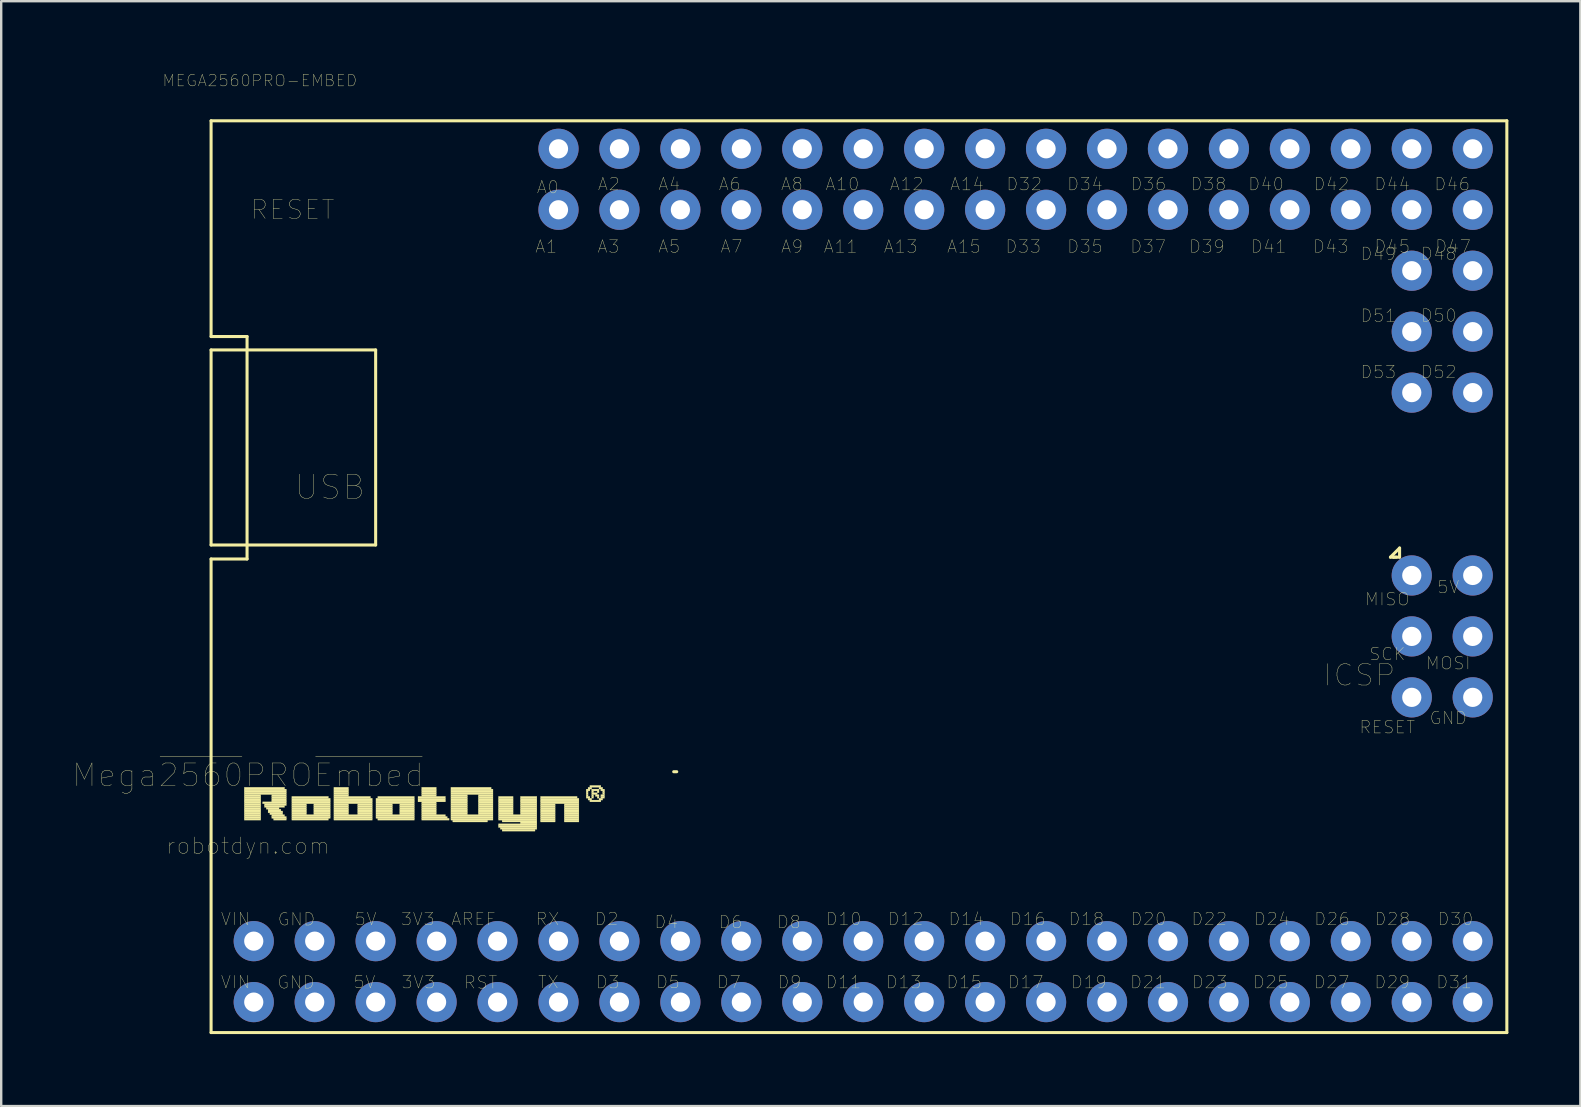
<source format=kicad_pcb>
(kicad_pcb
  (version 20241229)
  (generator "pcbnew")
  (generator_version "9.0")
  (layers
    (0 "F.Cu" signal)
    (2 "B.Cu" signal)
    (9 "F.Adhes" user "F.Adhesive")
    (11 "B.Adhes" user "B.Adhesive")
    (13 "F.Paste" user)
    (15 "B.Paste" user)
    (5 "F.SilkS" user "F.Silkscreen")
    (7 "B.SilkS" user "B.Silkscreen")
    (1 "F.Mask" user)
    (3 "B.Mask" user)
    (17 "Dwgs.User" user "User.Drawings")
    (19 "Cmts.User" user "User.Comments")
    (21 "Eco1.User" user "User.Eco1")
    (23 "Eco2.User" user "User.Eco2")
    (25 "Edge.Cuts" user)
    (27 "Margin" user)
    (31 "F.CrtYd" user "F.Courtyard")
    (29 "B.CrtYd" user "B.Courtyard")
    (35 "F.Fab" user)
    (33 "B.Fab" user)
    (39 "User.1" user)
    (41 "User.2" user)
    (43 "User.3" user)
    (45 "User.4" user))
  (footprint "MEGA2560PRO-EMBED"
    (layer "F.Cu")
    (at 40.545 19.662)
    (property "Reference" "MEGA2560PRO-EMBED" (at -32.766 -19.355 0) (layer "F.SilkS") (effects (font (size 0.48 0.48) (thickness 0.015))))
    (attr through_hole)
    (fp_line (start -34.798 -17.678) (end 19.202 -17.678) (stroke (width 0.127) (type solid)) (layer "F.SilkS"))
    (fp_line (start -34.798 -8.687) (end -34.798 -17.678) (stroke (width 0.127) (type solid)) (layer "F.SilkS"))
    (fp_line (start -34.798 -8.687) (end -33.299 -8.687) (stroke (width 0.127) (type solid)) (layer "F.SilkS"))
    (fp_line (start -34.798 -8.128) (end -34.798 0) (stroke (width 0.127) (type solid)) (layer "F.SilkS"))
    (fp_line (start -34.798 0) (end -27.94 0) (stroke (width 0.127) (type solid)) (layer "F.SilkS"))
    (fp_line (start -34.798 0.584) (end -33.299 0.584) (stroke (width 0.127) (type solid)) (layer "F.SilkS"))
    (fp_line (start -34.798 20.32) (end -34.798 0.584) (stroke (width 0.127) (type solid)) (layer "F.SilkS"))
    (fp_line (start -34.798 20.32) (end 19.202 20.32) (stroke (width 0.127) (type solid)) (layer "F.SilkS"))
    (fp_line (start -33.299 0.584) (end -33.299 -8.687) (stroke (width 0.127) (type solid)) (layer "F.SilkS"))
    (fp_line (start -27.94 -8.128) (end -34.798 -8.128) (stroke (width 0.127) (type solid)) (layer "F.SilkS"))
    (fp_line (start -27.94 0) (end -27.94 -8.128) (stroke (width 0.127) (type solid)) (layer "F.SilkS"))
    (fp_line (start -15.519 9.449) (end -15.392 9.449) (stroke (width 0.127) (type solid)) (layer "F.SilkS"))
    (fp_line (start 14.351 0.508) (end 14.732 0.127) (stroke (width 0.127) (type solid)) (layer "F.SilkS"))
    (fp_line (start 14.478 0.508) (end 14.351 0.508) (stroke (width 0.127) (type solid)) (layer "F.SilkS"))
    (fp_line (start 14.605 0.508) (end 14.478 0.508) (stroke (width 0.127) (type solid)) (layer "F.SilkS"))
    (fp_line (start 14.732 0.127) (end 14.732 0.508) (stroke (width 0.127) (type solid)) (layer "F.SilkS"))
    (fp_line (start 14.732 0.508) (end 14.478 0.508) (stroke (width 0.127) (type solid)) (layer "F.SilkS"))
    (fp_line (start 19.202 20.32) (end 19.202 -17.678) (stroke (width 0.127) (type solid)) (layer "F.SilkS"))
    (fp_poly (pts (xy -33.414 10.097) (xy -31.737 10.097) (xy -31.737 10.173) (xy -33.414 10.173)) (stroke (width 0.01) (type solid)) (fill yes) (layer "F.SilkS"))
    (fp_poly (pts (xy -33.414 10.173) (xy -31.661 10.173) (xy -31.661 10.249) (xy -33.414 10.249)) (stroke (width 0.01) (type solid)) (fill yes) (layer "F.SilkS"))
    (fp_poly (pts (xy -33.414 10.249) (xy -31.661 10.249) (xy -31.661 10.325) (xy -33.414 10.325)) (stroke (width 0.01) (type solid)) (fill yes) (layer "F.SilkS"))
    (fp_poly (pts (xy -33.414 10.325) (xy -31.661 10.325) (xy -31.661 10.401) (xy -33.414 10.401)) (stroke (width 0.01) (type solid)) (fill yes) (layer "F.SilkS"))
    (fp_poly (pts (xy -33.414 10.401) (xy -32.728 10.401) (xy -32.728 10.477) (xy -33.414 10.477)) (stroke (width 0.01) (type solid)) (fill yes) (layer "F.SilkS"))
    (fp_poly (pts (xy -33.414 10.477) (xy -32.728 10.477) (xy -32.728 10.554) (xy -33.414 10.554)) (stroke (width 0.01) (type solid)) (fill yes) (layer "F.SilkS"))
    (fp_poly (pts (xy -33.414 10.554) (xy -32.728 10.554) (xy -32.728 10.63) (xy -33.414 10.63)) (stroke (width 0.01) (type solid)) (fill yes) (layer "F.SilkS"))
    (fp_poly (pts (xy -33.414 10.63) (xy -32.728 10.63) (xy -32.728 10.706) (xy -33.414 10.706)) (stroke (width 0.01) (type solid)) (fill yes) (layer "F.SilkS"))
    (fp_poly (pts (xy -33.414 10.706) (xy -32.728 10.706) (xy -32.728 10.782) (xy -33.414 10.782)) (stroke (width 0.01) (type solid)) (fill yes) (layer "F.SilkS"))
    (fp_poly (pts (xy -33.414 10.782) (xy -32.728 10.782) (xy -32.728 10.858) (xy -33.414 10.858)) (stroke (width 0.01) (type solid)) (fill yes) (layer "F.SilkS"))
    (fp_poly (pts (xy -33.414 10.858) (xy -32.728 10.858) (xy -32.728 10.935) (xy -33.414 10.935)) (stroke (width 0.01) (type solid)) (fill yes) (layer "F.SilkS"))
    (fp_poly (pts (xy -33.414 10.935) (xy -32.728 10.935) (xy -32.728 11.011) (xy -33.414 11.011)) (stroke (width 0.01) (type solid)) (fill yes) (layer "F.SilkS"))
    (fp_poly (pts (xy -33.414 11.011) (xy -32.728 11.011) (xy -32.728 11.087) (xy -33.414 11.087)) (stroke (width 0.01) (type solid)) (fill yes) (layer "F.SilkS"))
    (fp_poly (pts (xy -33.414 11.087) (xy -32.728 11.087) (xy -32.728 11.163) (xy -33.414 11.163)) (stroke (width 0.01) (type solid)) (fill yes) (layer "F.SilkS"))
    (fp_poly (pts (xy -33.414 11.163) (xy -32.728 11.163) (xy -32.728 11.239) (xy -33.414 11.239)) (stroke (width 0.01) (type solid)) (fill yes) (layer "F.SilkS"))
    (fp_poly (pts (xy -33.414 11.239) (xy -32.728 11.239) (xy -32.728 11.316) (xy -33.414 11.316)) (stroke (width 0.01) (type solid)) (fill yes) (layer "F.SilkS"))
    (fp_poly (pts (xy -33.414 11.316) (xy -32.728 11.316) (xy -32.728 11.392) (xy -33.414 11.392)) (stroke (width 0.01) (type solid)) (fill yes) (layer "F.SilkS"))
    (fp_poly (pts (xy -33.414 11.392) (xy -32.728 11.392) (xy -32.728 11.468) (xy -33.414 11.468)) (stroke (width 0.01) (type solid)) (fill yes) (layer "F.SilkS"))
    (fp_poly (pts (xy -32.652 10.706) (xy -31.661 10.706) (xy -31.661 10.782) (xy -32.652 10.782)) (stroke (width 0.01) (type solid)) (fill yes) (layer "F.SilkS"))
    (fp_poly (pts (xy -32.575 10.782) (xy -31.661 10.782) (xy -31.661 10.858) (xy -32.575 10.858)) (stroke (width 0.01) (type solid)) (fill yes) (layer "F.SilkS"))
    (fp_poly (pts (xy -32.575 10.858) (xy -31.737 10.858) (xy -31.737 10.935) (xy -32.575 10.935)) (stroke (width 0.01) (type solid)) (fill yes) (layer "F.SilkS"))
    (fp_poly (pts (xy -32.499 10.935) (xy -31.966 10.935) (xy -31.966 11.011) (xy -32.499 11.011)) (stroke (width 0.01) (type solid)) (fill yes) (layer "F.SilkS"))
    (fp_poly (pts (xy -32.423 11.011) (xy -31.89 11.011) (xy -31.89 11.087) (xy -32.423 11.087)) (stroke (width 0.01) (type solid)) (fill yes) (layer "F.SilkS"))
    (fp_poly (pts (xy -32.423 11.087) (xy -31.814 11.087) (xy -31.814 11.163) (xy -32.423 11.163)) (stroke (width 0.01) (type solid)) (fill yes) (layer "F.SilkS"))
    (fp_poly (pts (xy -32.347 11.163) (xy -31.814 11.163) (xy -31.814 11.239) (xy -32.347 11.239)) (stroke (width 0.01) (type solid)) (fill yes) (layer "F.SilkS"))
    (fp_poly (pts (xy -32.271 10.401) (xy -31.661 10.401) (xy -31.661 10.477) (xy -32.271 10.477)) (stroke (width 0.01) (type solid)) (fill yes) (layer "F.SilkS"))
    (fp_poly (pts (xy -32.271 10.477) (xy -31.661 10.477) (xy -31.661 10.554) (xy -32.271 10.554)) (stroke (width 0.01) (type solid)) (fill yes) (layer "F.SilkS"))
    (fp_poly (pts (xy -32.271 10.554) (xy -31.661 10.554) (xy -31.661 10.63) (xy -32.271 10.63)) (stroke (width 0.01) (type solid)) (fill yes) (layer "F.SilkS"))
    (fp_poly (pts (xy -32.271 10.63) (xy -31.661 10.63) (xy -31.661 10.706) (xy -32.271 10.706)) (stroke (width 0.01) (type solid)) (fill yes) (layer "F.SilkS"))
    (fp_poly (pts (xy -32.271 11.239) (xy -31.737 11.239) (xy -31.737 11.316) (xy -32.271 11.316)) (stroke (width 0.01) (type solid)) (fill yes) (layer "F.SilkS"))
    (fp_poly (pts (xy -32.271 11.316) (xy -31.661 11.316) (xy -31.661 11.392) (xy -32.271 11.392)) (stroke (width 0.01) (type solid)) (fill yes) (layer "F.SilkS"))
    (fp_poly (pts (xy -32.194 11.392) (xy -31.661 11.392) (xy -31.661 11.468) (xy -32.194 11.468)) (stroke (width 0.01) (type solid)) (fill yes) (layer "F.SilkS"))
    (fp_poly (pts (xy -31.433 10.477) (xy -29.909 10.477) (xy -29.909 10.554) (xy -31.433 10.554)) (stroke (width 0.01) (type solid)) (fill yes) (layer "F.SilkS"))
    (fp_poly (pts (xy -31.433 10.554) (xy -29.832 10.554) (xy -29.832 10.63) (xy -31.433 10.63)) (stroke (width 0.01) (type solid)) (fill yes) (layer "F.SilkS"))
    (fp_poly (pts (xy -31.433 10.63) (xy -29.832 10.63) (xy -29.832 10.706) (xy -31.433 10.706)) (stroke (width 0.01) (type solid)) (fill yes) (layer "F.SilkS"))
    (fp_poly (pts (xy -31.433 10.706) (xy -29.832 10.706) (xy -29.832 10.782) (xy -31.433 10.782)) (stroke (width 0.01) (type solid)) (fill yes) (layer "F.SilkS"))
    (fp_poly (pts (xy -31.433 10.782) (xy -30.823 10.782) (xy -30.823 10.858) (xy -31.433 10.858)) (stroke (width 0.01) (type solid)) (fill yes) (layer "F.SilkS"))
    (fp_poly (pts (xy -31.433 10.858) (xy -30.823 10.858) (xy -30.823 10.935) (xy -31.433 10.935)) (stroke (width 0.01) (type solid)) (fill yes) (layer "F.SilkS"))
    (fp_poly (pts (xy -31.433 10.935) (xy -30.823 10.935) (xy -30.823 11.011) (xy -31.433 11.011)) (stroke (width 0.01) (type solid)) (fill yes) (layer "F.SilkS"))
    (fp_poly (pts (xy -31.433 11.011) (xy -30.823 11.011) (xy -30.823 11.087) (xy -31.433 11.087)) (stroke (width 0.01) (type solid)) (fill yes) (layer "F.SilkS"))
    (fp_poly (pts (xy -31.433 11.087) (xy -30.823 11.087) (xy -30.823 11.163) (xy -31.433 11.163)) (stroke (width 0.01) (type solid)) (fill yes) (layer "F.SilkS"))
    (fp_poly (pts (xy -31.433 11.163) (xy -30.823 11.163) (xy -30.823 11.239) (xy -31.433 11.239)) (stroke (width 0.01) (type solid)) (fill yes) (layer "F.SilkS"))
    (fp_poly (pts (xy -31.433 11.239) (xy -29.832 11.239) (xy -29.832 11.316) (xy -31.433 11.316)) (stroke (width 0.01) (type solid)) (fill yes) (layer "F.SilkS"))
    (fp_poly (pts (xy -31.433 11.316) (xy -29.832 11.316) (xy -29.832 11.392) (xy -31.433 11.392)) (stroke (width 0.01) (type solid)) (fill yes) (layer "F.SilkS"))
    (fp_poly (pts (xy -31.433 11.392) (xy -29.909 11.392) (xy -29.909 11.468) (xy -31.433 11.468)) (stroke (width 0.01) (type solid)) (fill yes) (layer "F.SilkS"))
    (fp_poly (pts (xy -30.518 10.782) (xy -29.832 10.782) (xy -29.832 10.858) (xy -30.518 10.858)) (stroke (width 0.01) (type solid)) (fill yes) (layer "F.SilkS"))
    (fp_poly (pts (xy -30.518 10.858) (xy -29.832 10.858) (xy -29.832 10.935) (xy -30.518 10.935)) (stroke (width 0.01) (type solid)) (fill yes) (layer "F.SilkS"))
    (fp_poly (pts (xy -30.518 10.935) (xy -29.832 10.935) (xy -29.832 11.011) (xy -30.518 11.011)) (stroke (width 0.01) (type solid)) (fill yes) (layer "F.SilkS"))
    (fp_poly (pts (xy -30.518 11.011) (xy -29.832 11.011) (xy -29.832 11.087) (xy -30.518 11.087)) (stroke (width 0.01) (type solid)) (fill yes) (layer "F.SilkS"))
    (fp_poly (pts (xy -30.518 11.087) (xy -29.832 11.087) (xy -29.832 11.163) (xy -30.518 11.163)) (stroke (width 0.01) (type solid)) (fill yes) (layer "F.SilkS"))
    (fp_poly (pts (xy -30.518 11.163) (xy -29.832 11.163) (xy -29.832 11.239) (xy -30.518 11.239)) (stroke (width 0.01) (type solid)) (fill yes) (layer "F.SilkS"))
    (fp_poly (pts (xy -29.68 10.097) (xy -29.07 10.097) (xy -29.07 10.173) (xy -29.68 10.173)) (stroke (width 0.01) (type solid)) (fill yes) (layer "F.SilkS"))
    (fp_poly (pts (xy -29.68 10.173) (xy -29.07 10.173) (xy -29.07 10.249) (xy -29.68 10.249)) (stroke (width 0.01) (type solid)) (fill yes) (layer "F.SilkS"))
    (fp_poly (pts (xy -29.68 10.249) (xy -29.07 10.249) (xy -29.07 10.325) (xy -29.68 10.325)) (stroke (width 0.01) (type solid)) (fill yes) (layer "F.SilkS"))
    (fp_poly (pts (xy -29.68 10.325) (xy -29.07 10.325) (xy -29.07 10.401) (xy -29.68 10.401)) (stroke (width 0.01) (type solid)) (fill yes) (layer "F.SilkS"))
    (fp_poly (pts (xy -29.68 10.401) (xy -29.07 10.401) (xy -29.07 10.477) (xy -29.68 10.477)) (stroke (width 0.01) (type solid)) (fill yes) (layer "F.SilkS"))
    (fp_poly (pts (xy -29.68 10.477) (xy -28.156 10.477) (xy -28.156 10.554) (xy -29.68 10.554)) (stroke (width 0.01) (type solid)) (fill yes) (layer "F.SilkS"))
    (fp_poly (pts (xy -29.68 10.554) (xy -28.08 10.554) (xy -28.08 10.63) (xy -29.68 10.63)) (stroke (width 0.01) (type solid)) (fill yes) (layer "F.SilkS"))
    (fp_poly (pts (xy -29.68 10.63) (xy -28.08 10.63) (xy -28.08 10.706) (xy -29.68 10.706)) (stroke (width 0.01) (type solid)) (fill yes) (layer "F.SilkS"))
    (fp_poly (pts (xy -29.68 10.706) (xy -28.08 10.706) (xy -28.08 10.782) (xy -29.68 10.782)) (stroke (width 0.01) (type solid)) (fill yes) (layer "F.SilkS"))
    (fp_poly (pts (xy -29.68 10.782) (xy -29.07 10.782) (xy -29.07 10.858) (xy -29.68 10.858)) (stroke (width 0.01) (type solid)) (fill yes) (layer "F.SilkS"))
    (fp_poly (pts (xy -29.68 10.858) (xy -29.07 10.858) (xy -29.07 10.935) (xy -29.68 10.935)) (stroke (width 0.01) (type solid)) (fill yes) (layer "F.SilkS"))
    (fp_poly (pts (xy -29.68 10.935) (xy -29.07 10.935) (xy -29.07 11.011) (xy -29.68 11.011)) (stroke (width 0.01) (type solid)) (fill yes) (layer "F.SilkS"))
    (fp_poly (pts (xy -29.68 11.011) (xy -29.07 11.011) (xy -29.07 11.087) (xy -29.68 11.087)) (stroke (width 0.01) (type solid)) (fill yes) (layer "F.SilkS"))
    (fp_poly (pts (xy -29.68 11.087) (xy -29.07 11.087) (xy -29.07 11.163) (xy -29.68 11.163)) (stroke (width 0.01) (type solid)) (fill yes) (layer "F.SilkS"))
    (fp_poly (pts (xy -29.68 11.163) (xy -29.07 11.163) (xy -29.07 11.239) (xy -29.68 11.239)) (stroke (width 0.01) (type solid)) (fill yes) (layer "F.SilkS"))
    (fp_poly (pts (xy -29.68 11.239) (xy -28.08 11.239) (xy -28.08 11.316) (xy -29.68 11.316)) (stroke (width 0.01) (type solid)) (fill yes) (layer "F.SilkS"))
    (fp_poly (pts (xy -29.68 11.316) (xy -28.08 11.316) (xy -28.08 11.392) (xy -29.68 11.392)) (stroke (width 0.01) (type solid)) (fill yes) (layer "F.SilkS"))
    (fp_poly (pts (xy -29.68 11.392) (xy -28.08 11.392) (xy -28.08 11.468) (xy -29.68 11.468)) (stroke (width 0.01) (type solid)) (fill yes) (layer "F.SilkS"))
    (fp_poly (pts (xy -28.689 10.782) (xy -28.08 10.782) (xy -28.08 10.858) (xy -28.689 10.858)) (stroke (width 0.01) (type solid)) (fill yes) (layer "F.SilkS"))
    (fp_poly (pts (xy -28.689 10.858) (xy -28.08 10.858) (xy -28.08 10.935) (xy -28.689 10.935)) (stroke (width 0.01) (type solid)) (fill yes) (layer "F.SilkS"))
    (fp_poly (pts (xy -28.689 10.935) (xy -28.08 10.935) (xy -28.08 11.011) (xy -28.689 11.011)) (stroke (width 0.01) (type solid)) (fill yes) (layer "F.SilkS"))
    (fp_poly (pts (xy -28.689 11.011) (xy -28.08 11.011) (xy -28.08 11.087) (xy -28.689 11.087)) (stroke (width 0.01) (type solid)) (fill yes) (layer "F.SilkS"))
    (fp_poly (pts (xy -28.689 11.087) (xy -28.08 11.087) (xy -28.08 11.163) (xy -28.689 11.163)) (stroke (width 0.01) (type solid)) (fill yes) (layer "F.SilkS"))
    (fp_poly (pts (xy -28.689 11.163) (xy -28.08 11.163) (xy -28.08 11.239) (xy -28.689 11.239)) (stroke (width 0.01) (type solid)) (fill yes) (layer "F.SilkS"))
    (fp_poly (pts (xy -27.927 10.554) (xy -26.327 10.554) (xy -26.327 10.63) (xy -27.927 10.63)) (stroke (width 0.01) (type solid)) (fill yes) (layer "F.SilkS"))
    (fp_poly (pts (xy -27.927 10.63) (xy -26.327 10.63) (xy -26.327 10.706) (xy -27.927 10.706)) (stroke (width 0.01) (type solid)) (fill yes) (layer "F.SilkS"))
    (fp_poly (pts (xy -27.927 10.706) (xy -26.327 10.706) (xy -26.327 10.782) (xy -27.927 10.782)) (stroke (width 0.01) (type solid)) (fill yes) (layer "F.SilkS"))
    (fp_poly (pts (xy -27.927 10.782) (xy -27.241 10.782) (xy -27.241 10.858) (xy -27.927 10.858)) (stroke (width 0.01) (type solid)) (fill yes) (layer "F.SilkS"))
    (fp_poly (pts (xy -27.927 10.858) (xy -27.241 10.858) (xy -27.241 10.935) (xy -27.927 10.935)) (stroke (width 0.01) (type solid)) (fill yes) (layer "F.SilkS"))
    (fp_poly (pts (xy -27.927 10.935) (xy -27.241 10.935) (xy -27.241 11.011) (xy -27.927 11.011)) (stroke (width 0.01) (type solid)) (fill yes) (layer "F.SilkS"))
    (fp_poly (pts (xy -27.927 11.011) (xy -27.241 11.011) (xy -27.241 11.087) (xy -27.927 11.087)) (stroke (width 0.01) (type solid)) (fill yes) (layer "F.SilkS"))
    (fp_poly (pts (xy -27.927 11.087) (xy -27.241 11.087) (xy -27.241 11.163) (xy -27.927 11.163)) (stroke (width 0.01) (type solid)) (fill yes) (layer "F.SilkS"))
    (fp_poly (pts (xy -27.927 11.163) (xy -27.241 11.163) (xy -27.241 11.239) (xy -27.927 11.239)) (stroke (width 0.01) (type solid)) (fill yes) (layer "F.SilkS"))
    (fp_poly (pts (xy -27.927 11.239) (xy -26.327 11.239) (xy -26.327 11.316) (xy -27.927 11.316)) (stroke (width 0.01) (type solid)) (fill yes) (layer "F.SilkS"))
    (fp_poly (pts (xy -27.927 11.316) (xy -26.327 11.316) (xy -26.327 11.392) (xy -27.927 11.392)) (stroke (width 0.01) (type solid)) (fill yes) (layer "F.SilkS"))
    (fp_poly (pts (xy -27.851 10.477) (xy -26.327 10.477) (xy -26.327 10.554) (xy -27.851 10.554)) (stroke (width 0.01) (type solid)) (fill yes) (layer "F.SilkS"))
    (fp_poly (pts (xy -27.851 11.392) (xy -26.327 11.392) (xy -26.327 11.468) (xy -27.851 11.468)) (stroke (width 0.01) (type solid)) (fill yes) (layer "F.SilkS"))
    (fp_poly (pts (xy -26.937 10.782) (xy -26.327 10.782) (xy -26.327 10.858) (xy -26.937 10.858)) (stroke (width 0.01) (type solid)) (fill yes) (layer "F.SilkS"))
    (fp_poly (pts (xy -26.937 10.858) (xy -26.327 10.858) (xy -26.327 10.935) (xy -26.937 10.935)) (stroke (width 0.01) (type solid)) (fill yes) (layer "F.SilkS"))
    (fp_poly (pts (xy -26.937 10.935) (xy -26.327 10.935) (xy -26.327 11.011) (xy -26.937 11.011)) (stroke (width 0.01) (type solid)) (fill yes) (layer "F.SilkS"))
    (fp_poly (pts (xy -26.937 11.011) (xy -26.327 11.011) (xy -26.327 11.087) (xy -26.937 11.087)) (stroke (width 0.01) (type solid)) (fill yes) (layer "F.SilkS"))
    (fp_poly (pts (xy -26.937 11.087) (xy -26.327 11.087) (xy -26.327 11.163) (xy -26.937 11.163)) (stroke (width 0.01) (type solid)) (fill yes) (layer "F.SilkS"))
    (fp_poly (pts (xy -26.937 11.163) (xy -26.327 11.163) (xy -26.327 11.239) (xy -26.937 11.239)) (stroke (width 0.01) (type solid)) (fill yes) (layer "F.SilkS"))
    (fp_poly (pts (xy -26.175 10.477) (xy -25.032 10.477) (xy -25.032 10.554) (xy -26.175 10.554)) (stroke (width 0.01) (type solid)) (fill yes) (layer "F.SilkS"))
    (fp_poly (pts (xy -26.175 10.554) (xy -25.032 10.554) (xy -25.032 10.63) (xy -26.175 10.63)) (stroke (width 0.01) (type solid)) (fill yes) (layer "F.SilkS"))
    (fp_poly (pts (xy -26.175 10.63) (xy -25.032 10.63) (xy -25.032 10.706) (xy -26.175 10.706)) (stroke (width 0.01) (type solid)) (fill yes) (layer "F.SilkS"))
    (fp_poly (pts (xy -26.022 10.097) (xy -25.413 10.097) (xy -25.413 10.173) (xy -26.022 10.173)) (stroke (width 0.01) (type solid)) (fill yes) (layer "F.SilkS"))
    (fp_poly (pts (xy -26.022 10.173) (xy -25.413 10.173) (xy -25.413 10.249) (xy -26.022 10.249)) (stroke (width 0.01) (type solid)) (fill yes) (layer "F.SilkS"))
    (fp_poly (pts (xy -26.022 10.249) (xy -25.413 10.249) (xy -25.413 10.325) (xy -26.022 10.325)) (stroke (width 0.01) (type solid)) (fill yes) (layer "F.SilkS"))
    (fp_poly (pts (xy -26.022 10.325) (xy -25.413 10.325) (xy -25.413 10.401) (xy -26.022 10.401)) (stroke (width 0.01) (type solid)) (fill yes) (layer "F.SilkS"))
    (fp_poly (pts (xy -26.022 10.401) (xy -25.413 10.401) (xy -25.413 10.477) (xy -26.022 10.477)) (stroke (width 0.01) (type solid)) (fill yes) (layer "F.SilkS"))
    (fp_poly (pts (xy -26.022 10.706) (xy -25.413 10.706) (xy -25.413 10.782) (xy -26.022 10.782)) (stroke (width 0.01) (type solid)) (fill yes) (layer "F.SilkS"))
    (fp_poly (pts (xy -26.022 10.782) (xy -25.413 10.782) (xy -25.413 10.858) (xy -26.022 10.858)) (stroke (width 0.01) (type solid)) (fill yes) (layer "F.SilkS"))
    (fp_poly (pts (xy -26.022 10.858) (xy -25.413 10.858) (xy -25.413 10.935) (xy -26.022 10.935)) (stroke (width 0.01) (type solid)) (fill yes) (layer "F.SilkS"))
    (fp_poly (pts (xy -26.022 10.935) (xy -25.413 10.935) (xy -25.413 11.011) (xy -26.022 11.011)) (stroke (width 0.01) (type solid)) (fill yes) (layer "F.SilkS"))
    (fp_poly (pts (xy -26.022 11.011) (xy -25.413 11.011) (xy -25.413 11.087) (xy -26.022 11.087)) (stroke (width 0.01) (type solid)) (fill yes) (layer "F.SilkS"))
    (fp_poly (pts (xy -26.022 11.087) (xy -25.413 11.087) (xy -25.413 11.163) (xy -26.022 11.163)) (stroke (width 0.01) (type solid)) (fill yes) (layer "F.SilkS"))
    (fp_poly (pts (xy -26.022 11.163) (xy -25.413 11.163) (xy -25.413 11.239) (xy -26.022 11.239)) (stroke (width 0.01) (type solid)) (fill yes) (layer "F.SilkS"))
    (fp_poly (pts (xy -26.022 11.239) (xy -25.032 11.239) (xy -25.032 11.316) (xy -26.022 11.316)) (stroke (width 0.01) (type solid)) (fill yes) (layer "F.SilkS"))
    (fp_poly (pts (xy -26.022 11.316) (xy -24.956 11.316) (xy -24.956 11.392) (xy -26.022 11.392)) (stroke (width 0.01) (type solid)) (fill yes) (layer "F.SilkS"))
    (fp_poly (pts (xy -26.022 11.392) (xy -24.879 11.392) (xy -24.879 11.468) (xy -26.022 11.468)) (stroke (width 0.01) (type solid)) (fill yes) (layer "F.SilkS"))
    (fp_poly (pts (xy -24.803 10.097) (xy -23.127 10.097) (xy -23.127 10.173) (xy -24.803 10.173)) (stroke (width 0.01) (type solid)) (fill yes) (layer "F.SilkS"))
    (fp_poly (pts (xy -24.803 10.173) (xy -23.05 10.173) (xy -23.05 10.249) (xy -24.803 10.249)) (stroke (width 0.01) (type solid)) (fill yes) (layer "F.SilkS"))
    (fp_poly (pts (xy -24.803 10.249) (xy -23.05 10.249) (xy -23.05 10.325) (xy -24.803 10.325)) (stroke (width 0.01) (type solid)) (fill yes) (layer "F.SilkS"))
    (fp_poly (pts (xy -24.803 10.325) (xy -23.05 10.325) (xy -23.05 10.401) (xy -24.803 10.401)) (stroke (width 0.01) (type solid)) (fill yes) (layer "F.SilkS"))
    (fp_poly (pts (xy -24.803 10.401) (xy -24.117 10.401) (xy -24.117 10.477) (xy -24.803 10.477)) (stroke (width 0.01) (type solid)) (fill yes) (layer "F.SilkS"))
    (fp_poly (pts (xy -24.803 10.477) (xy -24.117 10.477) (xy -24.117 10.554) (xy -24.803 10.554)) (stroke (width 0.01) (type solid)) (fill yes) (layer "F.SilkS"))
    (fp_poly (pts (xy -24.803 10.554) (xy -24.117 10.554) (xy -24.117 10.63) (xy -24.803 10.63)) (stroke (width 0.01) (type solid)) (fill yes) (layer "F.SilkS"))
    (fp_poly (pts (xy -24.803 10.63) (xy -24.117 10.63) (xy -24.117 10.706) (xy -24.803 10.706)) (stroke (width 0.01) (type solid)) (fill yes) (layer "F.SilkS"))
    (fp_poly (pts (xy -24.803 10.706) (xy -24.117 10.706) (xy -24.117 10.782) (xy -24.803 10.782)) (stroke (width 0.01) (type solid)) (fill yes) (layer "F.SilkS"))
    (fp_poly (pts (xy -24.803 10.782) (xy -24.117 10.782) (xy -24.117 10.858) (xy -24.803 10.858)) (stroke (width 0.01) (type solid)) (fill yes) (layer "F.SilkS"))
    (fp_poly (pts (xy -24.803 10.858) (xy -24.117 10.858) (xy -24.117 10.935) (xy -24.803 10.935)) (stroke (width 0.01) (type solid)) (fill yes) (layer "F.SilkS"))
    (fp_poly (pts (xy -24.803 10.935) (xy -24.117 10.935) (xy -24.117 11.011) (xy -24.803 11.011)) (stroke (width 0.01) (type solid)) (fill yes) (layer "F.SilkS"))
    (fp_poly (pts (xy -24.803 11.011) (xy -24.117 11.011) (xy -24.117 11.087) (xy -24.803 11.087)) (stroke (width 0.01) (type solid)) (fill yes) (layer "F.SilkS"))
    (fp_poly (pts (xy -24.803 11.087) (xy -24.117 11.087) (xy -24.117 11.163) (xy -24.803 11.163)) (stroke (width 0.01) (type solid)) (fill yes) (layer "F.SilkS"))
    (fp_poly (pts (xy -24.803 11.163) (xy -24.117 11.163) (xy -24.117 11.239) (xy -24.803 11.239)) (stroke (width 0.01) (type solid)) (fill yes) (layer "F.SilkS"))
    (fp_poly (pts (xy -24.803 11.239) (xy -23.05 11.239) (xy -23.05 11.316) (xy -24.803 11.316)) (stroke (width 0.01) (type solid)) (fill yes) (layer "F.SilkS"))
    (fp_poly (pts (xy -24.803 11.316) (xy -23.05 11.316) (xy -23.05 11.392) (xy -24.803 11.392)) (stroke (width 0.01) (type solid)) (fill yes) (layer "F.SilkS"))
    (fp_poly (pts (xy -24.803 11.392) (xy -23.05 11.392) (xy -23.05 11.468) (xy -24.803 11.468)) (stroke (width 0.01) (type solid)) (fill yes) (layer "F.SilkS"))
    (fp_poly (pts (xy -24.727 11.468) (xy -23.279 11.468) (xy -23.279 11.544) (xy -24.727 11.544)) (stroke (width 0.01) (type solid)) (fill yes) (layer "F.SilkS"))
    (fp_poly (pts (xy -23.66 10.401) (xy -23.05 10.401) (xy -23.05 10.477) (xy -23.66 10.477)) (stroke (width 0.01) (type solid)) (fill yes) (layer "F.SilkS"))
    (fp_poly (pts (xy -23.66 10.477) (xy -23.05 10.477) (xy -23.05 10.554) (xy -23.66 10.554)) (stroke (width 0.01) (type solid)) (fill yes) (layer "F.SilkS"))
    (fp_poly (pts (xy -23.66 10.554) (xy -23.05 10.554) (xy -23.05 10.63) (xy -23.66 10.63)) (stroke (width 0.01) (type solid)) (fill yes) (layer "F.SilkS"))
    (fp_poly (pts (xy -23.66 10.63) (xy -23.05 10.63) (xy -23.05 10.706) (xy -23.66 10.706)) (stroke (width 0.01) (type solid)) (fill yes) (layer "F.SilkS"))
    (fp_poly (pts (xy -23.66 10.706) (xy -23.05 10.706) (xy -23.05 10.782) (xy -23.66 10.782)) (stroke (width 0.01) (type solid)) (fill yes) (layer "F.SilkS"))
    (fp_poly (pts (xy -23.66 10.782) (xy -23.05 10.782) (xy -23.05 10.858) (xy -23.66 10.858)) (stroke (width 0.01) (type solid)) (fill yes) (layer "F.SilkS"))
    (fp_poly (pts (xy -23.66 10.858) (xy -23.05 10.858) (xy -23.05 10.935) (xy -23.66 10.935)) (stroke (width 0.01) (type solid)) (fill yes) (layer "F.SilkS"))
    (fp_poly (pts (xy -23.66 10.935) (xy -23.05 10.935) (xy -23.05 11.011) (xy -23.66 11.011)) (stroke (width 0.01) (type solid)) (fill yes) (layer "F.SilkS"))
    (fp_poly (pts (xy -23.66 11.011) (xy -23.05 11.011) (xy -23.05 11.087) (xy -23.66 11.087)) (stroke (width 0.01) (type solid)) (fill yes) (layer "F.SilkS"))
    (fp_poly (pts (xy -23.66 11.087) (xy -23.05 11.087) (xy -23.05 11.163) (xy -23.66 11.163)) (stroke (width 0.01) (type solid)) (fill yes) (layer "F.SilkS"))
    (fp_poly (pts (xy -23.66 11.163) (xy -23.05 11.163) (xy -23.05 11.239) (xy -23.66 11.239)) (stroke (width 0.01) (type solid)) (fill yes) (layer "F.SilkS"))
    (fp_poly (pts (xy -22.822 10.477) (xy -22.212 10.477) (xy -22.212 10.554) (xy -22.822 10.554)) (stroke (width 0.01) (type solid)) (fill yes) (layer "F.SilkS"))
    (fp_poly (pts (xy -22.822 10.554) (xy -22.212 10.554) (xy -22.212 10.63) (xy -22.822 10.63)) (stroke (width 0.01) (type solid)) (fill yes) (layer "F.SilkS"))
    (fp_poly (pts (xy -22.822 10.63) (xy -22.212 10.63) (xy -22.212 10.706) (xy -22.822 10.706)) (stroke (width 0.01) (type solid)) (fill yes) (layer "F.SilkS"))
    (fp_poly (pts (xy -22.822 10.706) (xy -22.212 10.706) (xy -22.212 10.782) (xy -22.822 10.782)) (stroke (width 0.01) (type solid)) (fill yes) (layer "F.SilkS"))
    (fp_poly (pts (xy -22.822 10.782) (xy -22.212 10.782) (xy -22.212 10.858) (xy -22.822 10.858)) (stroke (width 0.01) (type solid)) (fill yes) (layer "F.SilkS"))
    (fp_poly (pts (xy -22.822 10.858) (xy -22.212 10.858) (xy -22.212 10.935) (xy -22.822 10.935)) (stroke (width 0.01) (type solid)) (fill yes) (layer "F.SilkS"))
    (fp_poly (pts (xy -22.822 10.935) (xy -22.212 10.935) (xy -22.212 11.011) (xy -22.822 11.011)) (stroke (width 0.01) (type solid)) (fill yes) (layer "F.SilkS"))
    (fp_poly (pts (xy -22.822 11.011) (xy -22.212 11.011) (xy -22.212 11.087) (xy -22.822 11.087)) (stroke (width 0.01) (type solid)) (fill yes) (layer "F.SilkS"))
    (fp_poly (pts (xy -22.822 11.087) (xy -22.212 11.087) (xy -22.212 11.163) (xy -22.822 11.163)) (stroke (width 0.01) (type solid)) (fill yes) (layer "F.SilkS"))
    (fp_poly (pts (xy -22.822 11.163) (xy -22.212 11.163) (xy -22.212 11.239) (xy -22.822 11.239)) (stroke (width 0.01) (type solid)) (fill yes) (layer "F.SilkS"))
    (fp_poly (pts (xy -22.822 11.239) (xy -21.222 11.239) (xy -21.222 11.316) (xy -22.822 11.316)) (stroke (width 0.01) (type solid)) (fill yes) (layer "F.SilkS"))
    (fp_poly (pts (xy -22.822 11.316) (xy -21.222 11.316) (xy -21.222 11.392) (xy -22.822 11.392)) (stroke (width 0.01) (type solid)) (fill yes) (layer "F.SilkS"))
    (fp_poly (pts (xy -22.822 11.392) (xy -21.222 11.392) (xy -21.222 11.468) (xy -22.822 11.468)) (stroke (width 0.01) (type solid)) (fill yes) (layer "F.SilkS"))
    (fp_poly (pts (xy -22.822 11.62) (xy -21.222 11.62) (xy -21.222 11.697) (xy -22.822 11.697)) (stroke (width 0.01) (type solid)) (fill yes) (layer "F.SilkS"))
    (fp_poly (pts (xy -22.822 11.697) (xy -21.222 11.697) (xy -21.222 11.773) (xy -22.822 11.773)) (stroke (width 0.01) (type solid)) (fill yes) (layer "F.SilkS"))
    (fp_poly (pts (xy -22.746 11.773) (xy -21.222 11.773) (xy -21.222 11.849) (xy -22.746 11.849)) (stroke (width 0.01) (type solid)) (fill yes) (layer "F.SilkS"))
    (fp_poly (pts (xy -22.669 11.468) (xy -21.222 11.468) (xy -21.222 11.544) (xy -22.669 11.544)) (stroke (width 0.01) (type solid)) (fill yes) (layer "F.SilkS"))
    (fp_poly (pts (xy -22.669 11.849) (xy -21.298 11.849) (xy -21.298 11.925) (xy -22.669 11.925)) (stroke (width 0.01) (type solid)) (fill yes) (layer "F.SilkS"))
    (fp_poly (pts (xy -21.907 10.477) (xy -21.222 10.477) (xy -21.222 10.554) (xy -21.907 10.554)) (stroke (width 0.01) (type solid)) (fill yes) (layer "F.SilkS"))
    (fp_poly (pts (xy -21.907 10.554) (xy -21.222 10.554) (xy -21.222 10.63) (xy -21.907 10.63)) (stroke (width 0.01) (type solid)) (fill yes) (layer "F.SilkS"))
    (fp_poly (pts (xy -21.907 10.63) (xy -21.222 10.63) (xy -21.222 10.706) (xy -21.907 10.706)) (stroke (width 0.01) (type solid)) (fill yes) (layer "F.SilkS"))
    (fp_poly (pts (xy -21.907 10.706) (xy -21.222 10.706) (xy -21.222 10.782) (xy -21.907 10.782)) (stroke (width 0.01) (type solid)) (fill yes) (layer "F.SilkS"))
    (fp_poly (pts (xy -21.907 10.782) (xy -21.222 10.782) (xy -21.222 10.858) (xy -21.907 10.858)) (stroke (width 0.01) (type solid)) (fill yes) (layer "F.SilkS"))
    (fp_poly (pts (xy -21.907 10.858) (xy -21.222 10.858) (xy -21.222 10.935) (xy -21.907 10.935)) (stroke (width 0.01) (type solid)) (fill yes) (layer "F.SilkS"))
    (fp_poly (pts (xy -21.907 10.935) (xy -21.222 10.935) (xy -21.222 11.011) (xy -21.907 11.011)) (stroke (width 0.01) (type solid)) (fill yes) (layer "F.SilkS"))
    (fp_poly (pts (xy -21.907 11.011) (xy -21.222 11.011) (xy -21.222 11.087) (xy -21.907 11.087)) (stroke (width 0.01) (type solid)) (fill yes) (layer "F.SilkS"))
    (fp_poly (pts (xy -21.907 11.087) (xy -21.222 11.087) (xy -21.222 11.163) (xy -21.907 11.163)) (stroke (width 0.01) (type solid)) (fill yes) (layer "F.SilkS"))
    (fp_poly (pts (xy -21.907 11.163) (xy -21.222 11.163) (xy -21.222 11.239) (xy -21.907 11.239)) (stroke (width 0.01) (type solid)) (fill yes) (layer "F.SilkS"))
    (fp_poly (pts (xy -21.907 11.544) (xy -21.222 11.544) (xy -21.222 11.62) (xy -21.907 11.62)) (stroke (width 0.01) (type solid)) (fill yes) (layer "F.SilkS"))
    (fp_poly (pts (xy -21.069 10.477) (xy -19.545 10.477) (xy -19.545 10.554) (xy -21.069 10.554)) (stroke (width 0.01) (type solid)) (fill yes) (layer "F.SilkS"))
    (fp_poly (pts (xy -21.069 10.554) (xy -19.469 10.554) (xy -19.469 10.63) (xy -21.069 10.63)) (stroke (width 0.01) (type solid)) (fill yes) (layer "F.SilkS"))
    (fp_poly (pts (xy -21.069 10.63) (xy -19.469 10.63) (xy -19.469 10.706) (xy -21.069 10.706)) (stroke (width 0.01) (type solid)) (fill yes) (layer "F.SilkS"))
    (fp_poly (pts (xy -21.069 10.706) (xy -19.469 10.706) (xy -19.469 10.782) (xy -21.069 10.782)) (stroke (width 0.01) (type solid)) (fill yes) (layer "F.SilkS"))
    (fp_poly (pts (xy -21.069 10.782) (xy -20.46 10.782) (xy -20.46 10.858) (xy -21.069 10.858)) (stroke (width 0.01) (type solid)) (fill yes) (layer "F.SilkS"))
    (fp_poly (pts (xy -21.069 10.858) (xy -20.46 10.858) (xy -20.46 10.935) (xy -21.069 10.935)) (stroke (width 0.01) (type solid)) (fill yes) (layer "F.SilkS"))
    (fp_poly (pts (xy -21.069 10.935) (xy -20.46 10.935) (xy -20.46 11.011) (xy -21.069 11.011)) (stroke (width 0.01) (type solid)) (fill yes) (layer "F.SilkS"))
    (fp_poly (pts (xy -21.069 11.011) (xy -20.46 11.011) (xy -20.46 11.087) (xy -21.069 11.087)) (stroke (width 0.01) (type solid)) (fill yes) (layer "F.SilkS"))
    (fp_poly (pts (xy -21.069 11.087) (xy -20.46 11.087) (xy -20.46 11.163) (xy -21.069 11.163)) (stroke (width 0.01) (type solid)) (fill yes) (layer "F.SilkS"))
    (fp_poly (pts (xy -21.069 11.163) (xy -20.46 11.163) (xy -20.46 11.239) (xy -21.069 11.239)) (stroke (width 0.01) (type solid)) (fill yes) (layer "F.SilkS"))
    (fp_poly (pts (xy -21.069 11.239) (xy -20.46 11.239) (xy -20.46 11.316) (xy -21.069 11.316)) (stroke (width 0.01) (type solid)) (fill yes) (layer "F.SilkS"))
    (fp_poly (pts (xy -21.069 11.316) (xy -20.46 11.316) (xy -20.46 11.392) (xy -21.069 11.392)) (stroke (width 0.01) (type solid)) (fill yes) (layer "F.SilkS"))
    (fp_poly (pts (xy -21.069 11.392) (xy -20.46 11.392) (xy -20.46 11.468) (xy -21.069 11.468)) (stroke (width 0.01) (type solid)) (fill yes) (layer "F.SilkS"))
    (fp_poly (pts (xy -21.069 11.468) (xy -20.46 11.468) (xy -20.46 11.544) (xy -21.069 11.544)) (stroke (width 0.01) (type solid)) (fill yes) (layer "F.SilkS"))
    (fp_poly (pts (xy -20.079 10.782) (xy -19.469 10.782) (xy -19.469 10.858) (xy -20.079 10.858)) (stroke (width 0.01) (type solid)) (fill yes) (layer "F.SilkS"))
    (fp_poly (pts (xy -20.079 10.858) (xy -19.469 10.858) (xy -19.469 10.935) (xy -20.079 10.935)) (stroke (width 0.01) (type solid)) (fill yes) (layer "F.SilkS"))
    (fp_poly (pts (xy -20.079 10.935) (xy -19.469 10.935) (xy -19.469 11.011) (xy -20.079 11.011)) (stroke (width 0.01) (type solid)) (fill yes) (layer "F.SilkS"))
    (fp_poly (pts (xy -20.079 11.011) (xy -19.469 11.011) (xy -19.469 11.087) (xy -20.079 11.087)) (stroke (width 0.01) (type solid)) (fill yes) (layer "F.SilkS"))
    (fp_poly (pts (xy -20.079 11.087) (xy -19.469 11.087) (xy -19.469 11.163) (xy -20.079 11.163)) (stroke (width 0.01) (type solid)) (fill yes) (layer "F.SilkS"))
    (fp_poly (pts (xy -20.079 11.163) (xy -19.469 11.163) (xy -19.469 11.239) (xy -20.079 11.239)) (stroke (width 0.01) (type solid)) (fill yes) (layer "F.SilkS"))
    (fp_poly (pts (xy -20.079 11.239) (xy -19.469 11.239) (xy -19.469 11.316) (xy -20.079 11.316)) (stroke (width 0.01) (type solid)) (fill yes) (layer "F.SilkS"))
    (fp_poly (pts (xy -20.079 11.316) (xy -19.469 11.316) (xy -19.469 11.392) (xy -20.079 11.392)) (stroke (width 0.01) (type solid)) (fill yes) (layer "F.SilkS"))
    (fp_poly (pts (xy -20.079 11.392) (xy -19.469 11.392) (xy -19.469 11.468) (xy -20.079 11.468)) (stroke (width 0.01) (type solid)) (fill yes) (layer "F.SilkS"))
    (fp_poly (pts (xy -20.079 11.468) (xy -19.469 11.468) (xy -19.469 11.544) (xy -20.079 11.544)) (stroke (width 0.01) (type solid)) (fill yes) (layer "F.SilkS"))
    (fp_poly (pts (xy -19.164 10.173) (xy -19.012 10.173) (xy -19.012 10.249) (xy -19.164 10.249)) (stroke (width 0.01) (type solid)) (fill yes) (layer "F.SilkS"))
    (fp_poly (pts (xy -19.164 10.249) (xy -19.088 10.249) (xy -19.088 10.325) (xy -19.164 10.325)) (stroke (width 0.01) (type solid)) (fill yes) (layer "F.SilkS"))
    (fp_poly (pts (xy -19.164 10.325) (xy -19.088 10.325) (xy -19.088 10.401) (xy -19.164 10.401)) (stroke (width 0.01) (type solid)) (fill yes) (layer "F.SilkS"))
    (fp_poly (pts (xy -19.164 10.401) (xy -19.088 10.401) (xy -19.088 10.477) (xy -19.164 10.477)) (stroke (width 0.01) (type solid)) (fill yes) (layer "F.SilkS"))
    (fp_poly (pts (xy -19.164 10.477) (xy -19.012 10.477) (xy -19.012 10.554) (xy -19.164 10.554)) (stroke (width 0.01) (type solid)) (fill yes) (layer "F.SilkS"))
    (fp_poly (pts (xy -19.088 10.097) (xy -18.936 10.097) (xy -18.936 10.173) (xy -19.088 10.173)) (stroke (width 0.01) (type solid)) (fill yes) (layer "F.SilkS"))
    (fp_poly (pts (xy -19.088 10.554) (xy -18.936 10.554) (xy -18.936 10.63) (xy -19.088 10.63)) (stroke (width 0.01) (type solid)) (fill yes) (layer "F.SilkS"))
    (fp_poly (pts (xy -19.012 10.02) (xy -18.555 10.02) (xy -18.555 10.097) (xy -19.012 10.097)) (stroke (width 0.01) (type solid)) (fill yes) (layer "F.SilkS"))
    (fp_poly (pts (xy -19.012 10.63) (xy -18.555 10.63) (xy -18.555 10.706) (xy -19.012 10.706)) (stroke (width 0.01) (type solid)) (fill yes) (layer "F.SilkS"))
    (fp_poly (pts (xy -18.936 10.173) (xy -18.631 10.173) (xy -18.631 10.249) (xy -18.936 10.249)) (stroke (width 0.01) (type solid)) (fill yes) (layer "F.SilkS"))
    (fp_poly (pts (xy -18.936 10.249) (xy -18.86 10.249) (xy -18.86 10.325) (xy -18.936 10.325)) (stroke (width 0.01) (type solid)) (fill yes) (layer "F.SilkS"))
    (fp_poly (pts (xy -18.936 10.325) (xy -18.707 10.325) (xy -18.707 10.401) (xy -18.936 10.401)) (stroke (width 0.01) (type solid)) (fill yes) (layer "F.SilkS"))
    (fp_poly (pts (xy -18.936 10.401) (xy -18.86 10.401) (xy -18.86 10.477) (xy -18.936 10.477)) (stroke (width 0.01) (type solid)) (fill yes) (layer "F.SilkS"))
    (fp_poly (pts (xy -18.936 10.477) (xy -18.86 10.477) (xy -18.86 10.554) (xy -18.936 10.554)) (stroke (width 0.01) (type solid)) (fill yes) (layer "F.SilkS"))
    (fp_poly (pts (xy -18.783 10.401) (xy -18.631 10.401) (xy -18.631 10.477) (xy -18.783 10.477)) (stroke (width 0.01) (type solid)) (fill yes) (layer "F.SilkS"))
    (fp_poly (pts (xy -18.707 10.249) (xy -18.631 10.249) (xy -18.631 10.325) (xy -18.707 10.325)) (stroke (width 0.01) (type solid)) (fill yes) (layer "F.SilkS"))
    (fp_poly (pts (xy -18.707 10.477) (xy -18.631 10.477) (xy -18.631 10.554) (xy -18.707 10.554)) (stroke (width 0.01) (type solid)) (fill yes) (layer "F.SilkS"))
    (fp_poly (pts (xy -18.631 10.097) (xy -18.479 10.097) (xy -18.479 10.173) (xy -18.631 10.173)) (stroke (width 0.01) (type solid)) (fill yes) (layer "F.SilkS"))
    (fp_poly (pts (xy -18.631 10.554) (xy -18.479 10.554) (xy -18.479 10.63) (xy -18.631 10.63)) (stroke (width 0.01) (type solid)) (fill yes) (layer "F.SilkS"))
    (fp_poly (pts (xy -18.555 10.173) (xy -18.402 10.173) (xy -18.402 10.249) (xy -18.555 10.249)) (stroke (width 0.01) (type solid)) (fill yes) (layer "F.SilkS"))
    (fp_poly (pts (xy -18.555 10.401) (xy -18.402 10.401) (xy -18.402 10.477) (xy -18.555 10.477)) (stroke (width 0.01) (type solid)) (fill yes) (layer "F.SilkS"))
    (fp_poly (pts (xy -18.555 10.477) (xy -18.402 10.477) (xy -18.402 10.554) (xy -18.555 10.554)) (stroke (width 0.01) (type solid)) (fill yes) (layer "F.SilkS"))
    (fp_poly (pts (xy -18.479 10.249) (xy -18.402 10.249) (xy -18.402 10.325) (xy -18.479 10.325)) (stroke (width 0.01) (type solid)) (fill yes) (layer "F.SilkS"))
    (fp_poly (pts (xy -18.479 10.325) (xy -18.402 10.325) (xy -18.402 10.401) (xy -18.479 10.401)) (stroke (width 0.01) (type solid)) (fill yes) (layer "F.SilkS"))
    (fp_text user "RST" (at -23.562 18.228 0) (layer "F.SilkS") (effects (font (size 0.52 0.52) (thickness 0.015))))
    (fp_text user "D18" (at 1.677 15.588 0) (layer "F.SilkS") (effects (font (size 0.52 0.52) (thickness 0.015))))
    (fp_text user "VIN" (at -33.784 18.215 0) (layer "F.SilkS") (effects (font (size 0.52 0.52) (thickness 0.015))))
    (fp_text user "D30" (at 17.059 15.588 0) (layer "F.SilkS") (effects (font (size 0.52 0.52) (thickness 0.015))))
    (fp_text user "D35" (at 1.625 -12.437 0) (layer "F.SilkS") (effects (font (size 0.52 0.52) (thickness 0.015))))
    (fp_text user "MISO" (at 14.221 2.259 0) (layer "F.SilkS") (effects (font (size 0.52 0.52) (thickness 0.015))))
    (fp_text user "D34" (at 1.624 -15.039 0) (layer "F.SilkS") (effects (font (size 0.52 0.52) (thickness 0.015))))
    (fp_text user "A15" (at -3.422 -12.437 0) (layer "F.SilkS") (effects (font (size 0.52 0.52) (thickness 0.015))))
    (fp_text user "A9" (at -10.587 -12.437 0) (layer "F.SilkS") (effects (font (size 0.52 0.52) (thickness 0.015))))
    (fp_text user "D12" (at -5.852 15.588 0) (layer "F.SilkS") (effects (font (size 0.52 0.52) (thickness 0.015))))
    (fp_text user "D33" (at -0.951 -12.437 0) (layer "F.SilkS") (effects (font (size 0.52 0.52) (thickness 0.015))))
    (fp_text user "D13" (at -5.933 18.218 0) (layer "F.SilkS") (effects (font (size 0.52 0.52) (thickness 0.015))))
    (fp_text user "3V3" (at -26.183 15.588 0) (layer "F.SilkS") (effects (font (size 0.52 0.52) (thickness 0.015))))
    (fp_text user "A10" (at -8.489 -15.039 0) (layer "F.SilkS") (effects (font (size 0.52 0.52) (thickness 0.015))))
    (fp_text user "D27" (at 11.901 18.218 0) (layer "F.SilkS") (effects (font (size 0.52 0.52) (thickness 0.015))))
    (fp_text user "A11" (at -8.561 -12.437 0) (layer "F.SilkS") (effects (font (size 0.52 0.52) (thickness 0.015))))
    (fp_text user "5V" (at -28.407 18.215 0) (layer "F.SilkS") (effects (font (size 0.52 0.52) (thickness 0.015))))
    (fp_text user "5V" (at -28.357 15.585 0) (layer "F.SilkS") (effects (font (size 0.52 0.52) (thickness 0.015))))
    (fp_text user "A13" (at -6.058 -12.437 0) (layer "F.SilkS") (effects (font (size 0.52 0.52) (thickness 0.015))))
    (fp_text user "D48" (at 16.366 -12.134 0) (layer "F.SilkS") (effects (font (size 0.52 0.52) (thickness 0.015))))
    (fp_text user "A7" (at -13.11 -12.441 0) (layer "F.SilkS") (effects (font (size 0.52 0.52) (thickness 0.015))))
    (fp_text user "GND" (at 16.761 7.212 0) (layer "F.SilkS") (effects (font (size 0.52 0.52) (thickness 0.015))))
    (fp_text user "A5" (at -15.706 -12.441 0) (layer "F.SilkS") (effects (font (size 0.52 0.52) (thickness 0.015))))
    (fp_text user "A1" (at -20.833 -12.437 0) (layer "F.SilkS") (effects (font (size 0.52 0.52) (thickness 0.015))))
    (fp_text user "D29" (at 14.425 18.218 0) (layer "F.SilkS") (effects (font (size 0.52 0.52) (thickness 0.015))))
    (fp_text user "D38" (at 6.768 -15.039 0) (layer "F.SilkS") (effects (font (size 0.52 0.52) (thickness 0.015))))
    (fp_text user "D15" (at -3.411 18.218 0) (layer "F.SilkS") (effects (font (size 0.52 0.52) (thickness 0.015))))
    (fp_text user "D8" (at -10.715 15.715 0) (layer "F.SilkS") (effects (font (size 0.52 0.52) (thickness 0.015))))
    (fp_text user "A4" (at -15.703 -15.042 0) (layer "F.SilkS") (effects (font (size 0.52 0.52) (thickness 0.015))))
    (fp_text user "D37" (at 4.253 -12.437 0) (layer "F.SilkS") (effects (font (size 0.52 0.52) (thickness 0.015))))
    (fp_text user "D39" (at 6.703 -12.437 0) (layer "F.SilkS") (effects (font (size 0.52 0.52) (thickness 0.015))))
    (fp_text user "D44" (at 14.424 -15.042 0) (layer "F.SilkS") (effects (font (size 0.52 0.52) (thickness 0.015))))
    (fp_text user "D20" (at 4.265 15.588 0) (layer "F.SilkS") (effects (font (size 0.52 0.52) (thickness 0.015))))
    (fp_text user "GND" (at -31.259 18.228 0) (layer "F.SilkS") (effects (font (size 0.52 0.52) (thickness 0.015))))
    (fp_text user "D49" (at 13.846 -12.134 0) (layer "F.SilkS") (effects (font (size 0.52 0.52) (thickness 0.015))))
    (fp_text user "D43" (at 11.868 -12.437 0) (layer "F.SilkS") (effects (font (size 0.52 0.52) (thickness 0.015))))
    (fp_text user "D16" (at -0.758 15.588 0) (layer "F.SilkS") (effects (font (size 0.52 0.52) (thickness 0.015))))
    (fp_text user "D14" (at -3.326 15.588 0) (layer "F.SilkS") (effects (font (size 0.52 0.52) (thickness 0.015))))
    (fp_text user "A2" (at -18.222 -15.039 0) (layer "F.SilkS") (effects (font (size 0.52 0.52) (thickness 0.015))))
    (fp_text user "3V3" (at -26.156 18.218 0) (layer "F.SilkS") (effects (font (size 0.52 0.52) (thickness 0.015))))
    (fp_text user "D5" (at -15.754 18.215 0) (layer "F.SilkS") (effects (font (size 0.52 0.52) (thickness 0.015))))
    (fp_text user "D23" (at 6.822 18.218 0) (layer "F.SilkS") (effects (font (size 0.52 0.52) (thickness 0.015))))
    (fp_text user "A8" (at -10.59 -15.039 0) (layer "F.SilkS") (effects (font (size 0.52 0.52) (thickness 0.015))))
    (fp_text user "AREF" (at -23.863 15.585 0) (layer "F.SilkS") (effects (font (size 0.52 0.52) (thickness 0.015))))
    (fp_text user "A3" (at -18.239 -12.437 0) (layer "F.SilkS") (effects (font (size 0.52 0.52) (thickness 0.015))))
    (fp_text user "MOSI" (at 16.761 4.926 0) (layer "F.SilkS") (effects (font (size 0.52 0.52) (thickness 0.015))))
    (fp_text user "D41" (at 9.276 -12.437 0) (layer "F.SilkS") (effects (font (size 0.52 0.52) (thickness 0.015))))
    (fp_text user "5V" (at 16.761 1.751 0) (layer "F.SilkS") (effects (font (size 0.52 0.52) (thickness 0.015))))
    (fp_text user "D19" (at 1.784 18.218 0) (layer "F.SilkS") (effects (font (size 0.52 0.52) (thickness 0.015))))
    (fp_text user "D36" (at 4.265 -15.039 0) (layer "F.SilkS") (effects (font (size 0.52 0.52) (thickness 0.015))))
    (fp_text user "D9" (at -10.697 18.218 0) (layer "F.SilkS") (effects (font (size 0.52 0.52) (thickness 0.015))))
    (fp_text user "D52" (at 16.366 -7.212 0) (layer "F.SilkS") (effects (font (size 0.52 0.52) (thickness 0.015))))
    (fp_text user "VIN" (at -33.783 15.585 0) (layer "F.SilkS") (effects (font (size 0.52 0.52) (thickness 0.015))))
    (fp_text user "RESET" (at -31.403 -13.975 0) (layer "F.SilkS") (effects (font (size 0.787 0.787) (thickness 0.015))))
    (fp_text user "D22" (at 6.8 15.588 0) (layer "F.SilkS") (effects (font (size 0.52 0.52) (thickness 0.015))))
    (fp_text user "D51" (at 13.846 -9.557 0) (layer "F.SilkS") (effects (font (size 0.52 0.52) (thickness 0.015))))
    (fp_text user "SCK" (at 14.221 4.545 0) (layer "F.SilkS") (effects (font (size 0.52 0.52) (thickness 0.015))))
    (fp_text user "RX" (at -20.78 15.585 0) (layer "F.SilkS") (effects (font (size 0.52 0.52) (thickness 0.015))))
    (fp_text user "D45" (at 14.427 -12.441 0) (layer "F.SilkS") (effects (font (size 0.52 0.52) (thickness 0.015))))
    (fp_text user "ICSP" (at 13.057 5.424 0) (layer "F.SilkS") (effects (font (size 0.892 0.892) (thickness 0.015))))
    (fp_text user "D42" (at 11.89 -15.039 0) (layer "F.SilkS") (effects (font (size 0.52 0.52) (thickness 0.015))))
    (fp_text user "Mega~{2560}PRO~{Embed}" (at -33.26 9.593 0) (layer "F.SilkS") (effects (font (size 0.945 0.945) (thickness 0.015))))
    (fp_text user "D4" (at -15.827 15.712 0) (layer "F.SilkS") (effects (font (size 0.52 0.52) (thickness 0.015))))
    (fp_text user "RESET" (at 14.221 7.593 0) (layer "F.SilkS") (effects (font (size 0.52 0.52) (thickness 0.015))))
    (fp_text user "D7" (at -13.219 18.215 0) (layer "F.SilkS") (effects (font (size 0.52 0.52) (thickness 0.015))))
    (fp_text user "robotdyn.com" (at -33.258 12.536 0) (layer "F.SilkS") (effects (font (size 0.682 0.682) (thickness 0.015))))
    (fp_text user "A6" (at -13.183 -15.039 0) (layer "F.SilkS") (effects (font (size 0.52 0.52) (thickness 0.015))))
    (fp_text user "GND" (at -31.239 15.598 0) (layer "F.SilkS") (effects (font (size 0.52 0.52) (thickness 0.015))))
    (fp_text user "D21" (at 4.248 18.218 0) (layer "F.SilkS") (effects (font (size 0.52 0.52) (thickness 0.015))))
    (fp_text user "D3" (at -18.266 18.218 0) (layer "F.SilkS") (effects (font (size 0.52 0.52) (thickness 0.015))))
    (fp_text user "A14" (at -3.296 -15.039 0) (layer "F.SilkS") (effects (font (size 0.52 0.52) (thickness 0.015))))
    (fp_text user "D6" (at -13.148 15.715 0) (layer "F.SilkS") (effects (font (size 0.52 0.52) (thickness 0.015))))
    (fp_text user "D25" (at 9.363 18.218 0) (layer "F.SilkS") (effects (font (size 0.52 0.52) (thickness 0.015))))
    (fp_text user "D32" (at -0.911 -15.039 0) (layer "F.SilkS") (effects (font (size 0.52 0.52) (thickness 0.015))))
    (fp_text user "D50" (at 16.366 -9.562 0) (layer "F.SilkS") (effects (font (size 0.52 0.52) (thickness 0.015))))
    (fp_text user "TX" (at -20.743 18.215 0) (layer "F.SilkS") (effects (font (size 0.52 0.52) (thickness 0.015))))
    (fp_text user "D24" (at 9.41 15.588 0) (layer "F.SilkS") (effects (font (size 0.52 0.52) (thickness 0.015))))
    (fp_text user "D26" (at 11.92 15.588 0) (layer "F.SilkS") (effects (font (size 0.52 0.52) (thickness 0.015))))
    (fp_text user "D10" (at -8.435 15.588 0) (layer "F.SilkS") (effects (font (size 0.52 0.52) (thickness 0.015))))
    (fp_text user "D17" (at -0.848 18.218 0) (layer "F.SilkS") (effects (font (size 0.52 0.52) (thickness 0.015))))
    (fp_text user "D31" (at 17.006 18.218 0) (layer "F.SilkS") (effects (font (size 0.52 0.52) (thickness 0.015))))
    (fp_text user "D11" (at -8.449 18.218 0) (layer "F.SilkS") (effects (font (size 0.52 0.52) (thickness 0.015))))
    (fp_text user "D53" (at 13.846 -7.212 0) (layer "F.SilkS") (effects (font (size 0.52 0.52) (thickness 0.015))))
    (fp_text user "D28" (at 14.432 15.588 0) (layer "F.SilkS") (effects (font (size 0.52 0.52) (thickness 0.015))))
    (fp_text user "D47" (at 16.962 -12.441 0) (layer "F.SilkS") (effects (font (size 0.52 0.52) (thickness 0.015))))
    (fp_text user "D2" (at -18.314 15.588 0) (layer "F.SilkS") (effects (font (size 0.52 0.52) (thickness 0.015))))
    (fp_text user "A0" (at -20.766 -14.912 0) (layer "F.SilkS") (effects (font (size 0.52 0.52) (thickness 0.015))))
    (fp_text user "USB" (at -29.845 -2.413 0) (layer "F.SilkS") (effects (font (size 1 1) (thickness 0.015))))
    (fp_text user "D46" (at 16.925 -15.039 0) (layer "F.SilkS") (effects (font (size 0.52 0.52) (thickness 0.015))))
    (fp_text user "D40" (at 9.169 -15.039 0) (layer "F.SilkS") (effects (font (size 0.52 0.52) (thickness 0.015))))
    (fp_text user "A12" (at -5.81 -15.039 0) (layer "F.SilkS") (effects (font (size 0.52 0.52) (thickness 0.015))))
    (pad "3V3@1" thru_hole circle (at -25.4 19.05) (size 1.676 1.676) (drill 0.8) (layers "*.Cu" "*.Mask"))
    (pad "3V3@2" thru_hole circle (at -25.4 16.51) (size 1.676 1.676) (drill 0.8) (layers "*.Cu" "*.Mask"))
    (pad "5V@1" thru_hole circle (at -27.94 19.05) (size 1.676 1.676) (drill 0.8) (layers "*.Cu" "*.Mask"))
    (pad "5V@2" thru_hole circle (at -27.94 16.51) (size 1.676 1.676) (drill 0.8) (layers "*.Cu" "*.Mask"))
    (pad "5V@3" thru_hole circle (at 17.78 1.27) (size 1.676 1.676) (drill 0.8) (layers "*.Cu" "*.Mask"))
    (pad "A0" thru_hole circle (at -20.32 -16.51) (size 1.676 1.676) (drill 0.8) (layers "*.Cu" "*.Mask"))
    (pad "A1" thru_hole circle (at -20.32 -13.97) (size 1.676 1.676) (drill 0.8) (layers "*.Cu" "*.Mask"))
    (pad "A2" thru_hole circle (at -17.78 -16.51) (size 1.676 1.676) (drill 0.8) (layers "*.Cu" "*.Mask"))
    (pad "A3" thru_hole circle (at -17.78 -13.97) (size 1.676 1.676) (drill 0.8) (layers "*.Cu" "*.Mask"))
    (pad "A4" thru_hole circle (at -15.24 -16.51) (size 1.676 1.676) (drill 0.8) (layers "*.Cu" "*.Mask"))
    (pad "A5" thru_hole circle (at -15.24 -13.97) (size 1.676 1.676) (drill 0.8) (layers "*.Cu" "*.Mask"))
    (pad "A6" thru_hole circle (at -12.7 -16.51) (size 1.676 1.676) (drill 0.8) (layers "*.Cu" "*.Mask"))
    (pad "A7" thru_hole circle (at -12.7 -13.97) (size 1.676 1.676) (drill 0.8) (layers "*.Cu" "*.Mask"))
    (pad "A8" thru_hole circle (at -10.16 -16.51) (size 1.676 1.676) (drill 0.8) (layers "*.Cu" "*.Mask"))
    (pad "A9" thru_hole circle (at -10.16 -13.97) (size 1.676 1.676) (drill 0.8) (layers "*.Cu" "*.Mask"))
    (pad "A10" thru_hole circle (at -7.62 -16.51) (size 1.676 1.676) (drill 0.8) (layers "*.Cu" "*.Mask"))
    (pad "A11" thru_hole circle (at -7.62 -13.97) (size 1.676 1.676) (drill 0.8) (layers "*.Cu" "*.Mask"))
    (pad "A12" thru_hole circle (at -5.08 -16.51) (size 1.676 1.676) (drill 0.8) (layers "*.Cu" "*.Mask"))
    (pad "A13" thru_hole circle (at -5.08 -13.97) (size 1.676 1.676) (drill 0.8) (layers "*.Cu" "*.Mask"))
    (pad "A14" thru_hole circle (at -2.54 -16.51) (size 1.676 1.676) (drill 0.8) (layers "*.Cu" "*.Mask"))
    (pad "A15" thru_hole circle (at -2.54 -13.97) (size 1.676 1.676) (drill 0.8) (layers "*.Cu" "*.Mask"))
    (pad "AREF" thru_hole circle (at -22.86 16.51) (size 1.676 1.676) (drill 0.8) (layers "*.Cu" "*.Mask"))
    (pad "D2" thru_hole circle (at -17.78 16.51) (size 1.676 1.676) (drill 0.8) (layers "*.Cu" "*.Mask"))
    (pad "D3" thru_hole circle (at -17.78 19.05) (size 1.676 1.676) (drill 0.8) (layers "*.Cu" "*.Mask"))
    (pad "D4" thru_hole circle (at -15.24 16.51) (size 1.676 1.676) (drill 0.8) (layers "*.Cu" "*.Mask"))
    (pad "D5" thru_hole circle (at -15.24 19.05) (size 1.676 1.676) (drill 0.8) (layers "*.Cu" "*.Mask"))
    (pad "D6" thru_hole circle (at -12.7 16.51) (size 1.676 1.676) (drill 0.8) (layers "*.Cu" "*.Mask"))
    (pad "D7" thru_hole circle (at -12.7 19.05) (size 1.676 1.676) (drill 0.8) (layers "*.Cu" "*.Mask"))
    (pad "D8" thru_hole circle (at -10.16 16.51) (size 1.676 1.676) (drill 0.8) (layers "*.Cu" "*.Mask"))
    (pad "D9" thru_hole circle (at -10.16 19.05) (size 1.676 1.676) (drill 0.8) (layers "*.Cu" "*.Mask"))
    (pad "D10" thru_hole circle (at -7.62 16.51) (size 1.676 1.676) (drill 0.8) (layers "*.Cu" "*.Mask"))
    (pad "D11" thru_hole circle (at -7.62 19.05) (size 1.676 1.676) (drill 0.8) (layers "*.Cu" "*.Mask"))
    (pad "D12" thru_hole circle (at -5.08 16.51) (size 1.676 1.676) (drill 0.8) (layers "*.Cu" "*.Mask"))
    (pad "D13" thru_hole circle (at -5.08 19.05) (size 1.676 1.676) (drill 0.8) (layers "*.Cu" "*.Mask"))
    (pad "D14" thru_hole circle (at -2.54 16.51) (size 1.676 1.676) (drill 0.8) (layers "*.Cu" "*.Mask"))
    (pad "D15" thru_hole circle (at -2.54 19.05) (size 1.676 1.676) (drill 0.8) (layers "*.Cu" "*.Mask"))
    (pad "D16" thru_hole circle (at 0 16.51) (size 1.676 1.676) (drill 0.8) (layers "*.Cu" "*.Mask"))
    (pad "D17" thru_hole circle (at 0 19.05) (size 1.676 1.676) (drill 0.8) (layers "*.Cu" "*.Mask"))
    (pad "D18" thru_hole circle (at 2.54 16.51) (size 1.676 1.676) (drill 0.8) (layers "*.Cu" "*.Mask"))
    (pad "D19" thru_hole circle (at 2.54 19.05) (size 1.676 1.676) (drill 0.8) (layers "*.Cu" "*.Mask"))
    (pad "D20" thru_hole circle (at 5.08 16.51) (size 1.676 1.676) (drill 0.8) (layers "*.Cu" "*.Mask"))
    (pad "D21" thru_hole circle (at 5.08 19.05) (size 1.676 1.676) (drill 0.8) (layers "*.Cu" "*.Mask"))
    (pad "D22" thru_hole circle (at 7.62 16.51) (size 1.676 1.676) (drill 0.8) (layers "*.Cu" "*.Mask"))
    (pad "D23" thru_hole circle (at 7.62 19.05) (size 1.676 1.676) (drill 0.8) (layers "*.Cu" "*.Mask"))
    (pad "D24" thru_hole circle (at 10.16 16.51) (size 1.676 1.676) (drill 0.8) (layers "*.Cu" "*.Mask"))
    (pad "D25" thru_hole circle (at 10.16 19.05) (size 1.676 1.676) (drill 0.8) (layers "*.Cu" "*.Mask"))
    (pad "D26" thru_hole circle (at 12.7 16.51) (size 1.676 1.676) (drill 0.8) (layers "*.Cu" "*.Mask"))
    (pad "D27" thru_hole circle (at 12.7 19.05) (size 1.676 1.676) (drill 0.8) (layers "*.Cu" "*.Mask"))
    (pad "D28" thru_hole circle (at 15.24 16.51) (size 1.676 1.676) (drill 0.8) (layers "*.Cu" "*.Mask"))
    (pad "D29" thru_hole circle (at 15.24 19.05) (size 1.676 1.676) (drill 0.8) (layers "*.Cu" "*.Mask"))
    (pad "D30" thru_hole circle (at 17.78 16.51) (size 1.676 1.676) (drill 0.8) (layers "*.Cu" "*.Mask"))
    (pad "D31" thru_hole circle (at 17.78 19.05) (size 1.676 1.676) (drill 0.8) (layers "*.Cu" "*.Mask"))
    (pad "D32" thru_hole circle (at 0 -16.51) (size 1.676 1.676) (drill 0.8) (layers "*.Cu" "*.Mask"))
    (pad "D33" thru_hole circle (at 0 -13.97) (size 1.676 1.676) (drill 0.8) (layers "*.Cu" "*.Mask"))
    (pad "D34" thru_hole circle (at 2.54 -16.51) (size 1.676 1.676) (drill 0.8) (layers "*.Cu" "*.Mask"))
    (pad "D35" thru_hole circle (at 2.54 -13.97) (size 1.676 1.676) (drill 0.8) (layers "*.Cu" "*.Mask"))
    (pad "D36" thru_hole circle (at 5.08 -16.51) (size 1.676 1.676) (drill 0.8) (layers "*.Cu" "*.Mask"))
    (pad "D37" thru_hole circle (at 5.08 -13.97) (size 1.676 1.676) (drill 0.8) (layers "*.Cu" "*.Mask"))
    (pad "D38" thru_hole circle (at 7.62 -16.51) (size 1.676 1.676) (drill 0.8) (layers "*.Cu" "*.Mask"))
    (pad "D39" thru_hole circle (at 7.62 -13.97) (size 1.676 1.676) (drill 0.8) (layers "*.Cu" "*.Mask"))
    (pad "D40" thru_hole circle (at 10.16 -16.51) (size 1.676 1.676) (drill 0.8) (layers "*.Cu" "*.Mask"))
    (pad "D41" thru_hole circle (at 10.16 -13.97) (size 1.676 1.676) (drill 0.8) (layers "*.Cu" "*.Mask"))
    (pad "D42" thru_hole circle (at 12.7 -16.51) (size 1.676 1.676) (drill 0.8) (layers "*.Cu" "*.Mask"))
    (pad "D43" thru_hole circle (at 12.7 -13.97) (size 1.676 1.676) (drill 0.8) (layers "*.Cu" "*.Mask"))
    (pad "D44" thru_hole circle (at 15.24 -16.51) (size 1.676 1.676) (drill 0.8) (layers "*.Cu" "*.Mask"))
    (pad "D45" thru_hole circle (at 15.24 -13.97) (size 1.676 1.676) (drill 0.8) (layers "*.Cu" "*.Mask"))
    (pad "D46" thru_hole circle (at 17.78 -16.51) (size 1.676 1.676) (drill 0.8) (layers "*.Cu" "*.Mask"))
    (pad "D47" thru_hole circle (at 17.78 -13.97) (size 1.676 1.676) (drill 0.8) (layers "*.Cu" "*.Mask"))
    (pad "D48" thru_hole circle (at 17.78 -11.43) (size 1.676 1.676) (drill 0.8) (layers "*.Cu" "*.Mask"))
    (pad "D49" thru_hole circle (at 15.24 -11.43) (size 1.676 1.676) (drill 0.8) (layers "*.Cu" "*.Mask"))
    (pad "D50" thru_hole circle (at 17.78 -8.89) (size 1.676 1.676) (drill 0.8) (layers "*.Cu" "*.Mask"))
    (pad "D51" thru_hole circle (at 15.24 -8.89) (size 1.676 1.676) (drill 0.8) (layers "*.Cu" "*.Mask"))
    (pad "D52" thru_hole circle (at 17.78 -6.35) (size 1.676 1.676) (drill 0.8) (layers "*.Cu" "*.Mask"))
    (pad "D53" thru_hole circle (at 15.24 -6.35) (size 1.676 1.676) (drill 0.8) (layers "*.Cu" "*.Mask"))
    (pad "GND@1" thru_hole circle (at -30.48 19.05) (size 1.676 1.676) (drill 0.8) (layers "*.Cu" "*.Mask"))
    (pad "GND@2" thru_hole circle (at -30.48 16.51) (size 1.676 1.676) (drill 0.8) (layers "*.Cu" "*.Mask"))
    (pad "GND@3" thru_hole circle (at 17.78 6.35) (size 1.676 1.676) (drill 0.8) (layers "*.Cu" "*.Mask"))
    (pad "MISO" thru_hole circle (at 15.24 1.27) (size 1.676 1.676) (drill 0.8) (layers "*.Cu" "*.Mask"))
    (pad "MOSI" thru_hole circle (at 17.78 3.81) (size 1.676 1.676) (drill 0.8) (layers "*.Cu" "*.Mask"))
    (pad "RESET" thru_hole circle (at 15.24 6.35) (size 1.676 1.676) (drill 0.8) (layers "*.Cu" "*.Mask"))
    (pad "RST" thru_hole circle (at -22.86 19.05) (size 1.676 1.676) (drill 0.8) (layers "*.Cu" "*.Mask"))
    (pad "RX" thru_hole circle (at -20.32 16.51) (size 1.676 1.676) (drill 0.8) (layers "*.Cu" "*.Mask"))
    (pad "SCK" thru_hole circle (at 15.24 3.81) (size 1.676 1.676) (drill 0.8) (layers "*.Cu" "*.Mask"))
    (pad "TX" thru_hole circle (at -20.32 19.05) (size 1.676 1.676) (drill 0.8) (layers "*.Cu" "*.Mask"))
    (pad "VIN@1" thru_hole circle (at -33.02 19.05) (size 1.676 1.676) (drill 0.8) (layers "*.Cu" "*.Mask"))
    (pad "VIN@2" thru_hole circle (at -33.02 16.51) (size 1.676 1.676) (drill 0.8) (layers "*.Cu" "*.Mask")))
  (gr_rect
    (start -3 -3)
    (end 62.811 43.045)
    (stroke (width 0.1) (type default))
    (fill no)
    (layer "Edge.Cuts")))
</source>
